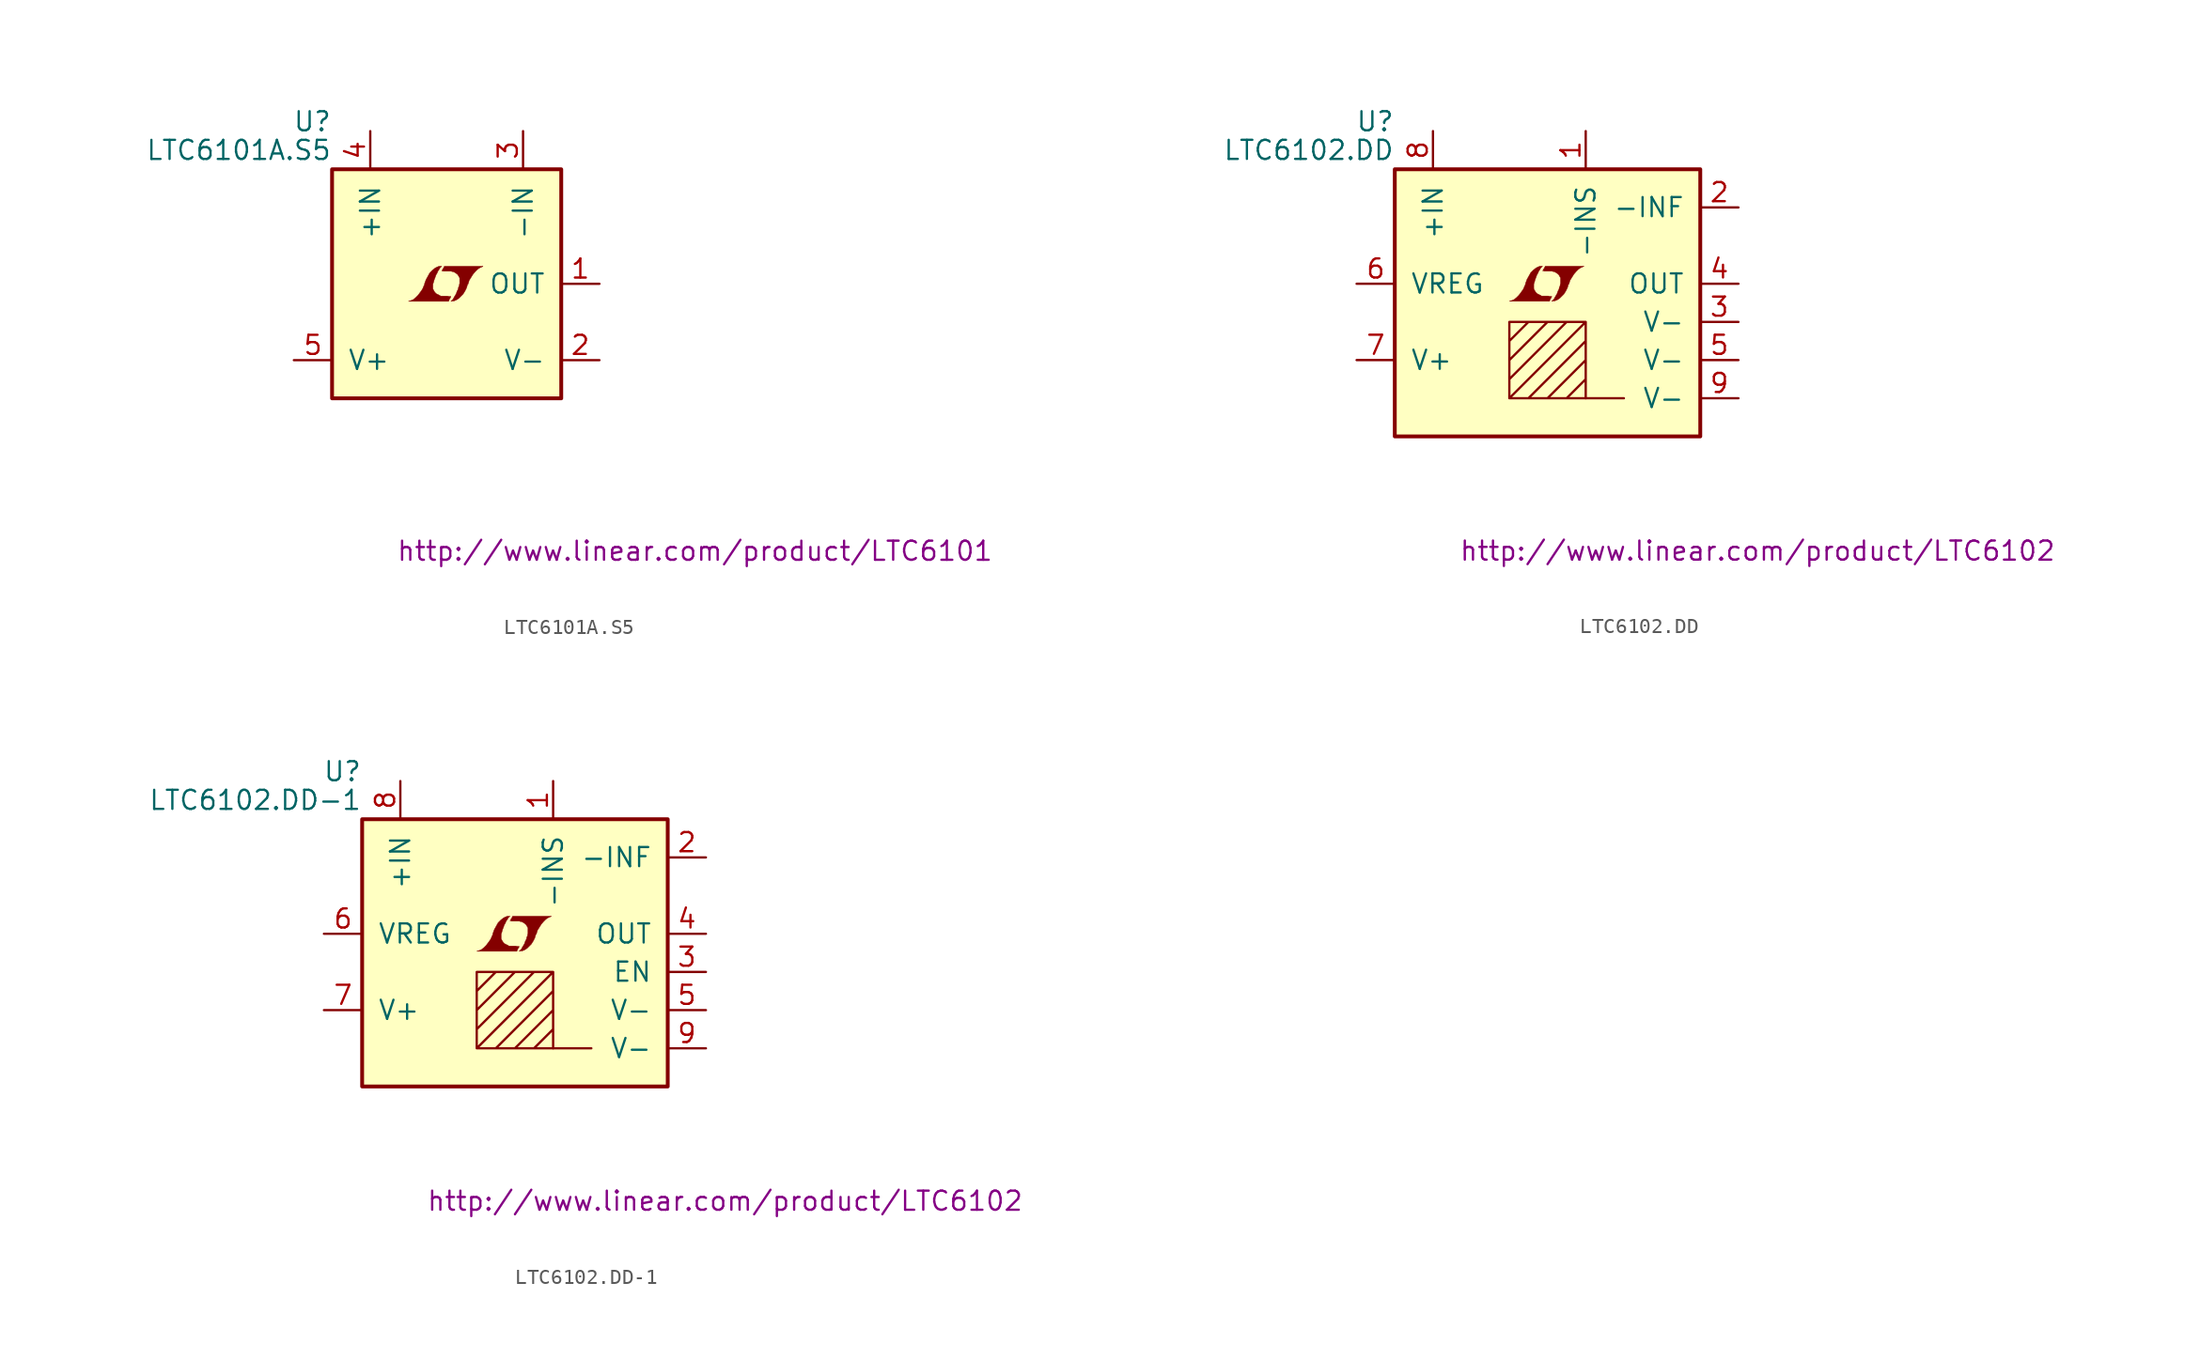
<source format=kicad_sym>
(kicad_symbol_lib
  (version 20201005)
  (generator kicad_symbol_editor)
  (symbol "LTC6101A.S5"
    (pin_names
      (offset 1.016))
    (property "Reference" "U"
      (at -7.62 10.795 0)
      (effects (font (size 1.27 1.27)) (justify right)))
    (property "Value" "LTC6101A.S5"
      (at -7.62 8.89 0)
      (effects (font (size 1.27 1.27)) (justify right)))
    (property "Datasheet" "http://www.linear.com/product/LTC6101"
      (at 16.51 -17.78 0)
      (effects (font (size 1.27 1.27))))
    (symbol "LTC6101A.S5_0_0"
      (polyline (pts (xy 0.203 -0.991) (xy 0.229 -0.965) (xy 0.279 -0.864) (xy 0.279 -0.838) (xy 0.152 -0.838) (xy 0.051 -0.813) (xy -0.406 -0.813) (xy -0.432 -0.787) (xy -0.686 -0.66) (xy -0.787 -0.559) (xy -0.864 -0.432) (xy -0.914 -0.33) (xy -0.914 -0.025) (xy -0.864 0.127) (xy -0.838 0.229) (xy -0.813 0.305) (xy -0.762 0.432) (xy -0.711 0.584) (xy -0.635 0.711) (xy -0.584 0.838) (xy -0.508 0.94) (xy -0.457 1.041) (xy -0.33 1.168) (xy -0.508 1.168) (xy -0.635 1.118) (xy -0.737 1.067) (xy -0.813 1.016) (xy -0.94 0.914) (xy -1.118 0.737) (xy -1.372 0.279) (xy -1.473 0) (xy -1.473 -0.051) (xy -1.524 -0.152) (xy -1.575 -0.279) (xy -1.626 -0.381) (xy -1.753 -0.559) (xy -1.905 -0.762) (xy -2.057 -0.914) (xy -2.21 -1.041) (xy -2.388 -1.118) (xy -2.54 -1.168) (xy 0.127 -1.168) (xy 0.203 -0.991)) (stroke (width 0.025)) (fill (type outline)))
      (polyline (pts (xy 0.406 -1.143) (xy 0.483 -1.143) (xy 0.66 -1.067) (xy 0.813 -0.965) (xy 1.092 -0.686) (xy 1.219 -0.483) (xy 1.321 -0.279) (xy 1.397 -0.025) (xy 1.422 -0.025) (xy 1.499 0.229) (xy 1.753 0.635) (xy 1.905 0.813) (xy 2.057 0.965) (xy 2.21 1.067) (xy 2.388 1.143) (xy 2.413 1.143) (xy 2.413 1.168) (xy -0.152 1.168) (xy -0.229 1.016) (xy -0.254 0.991) (xy -0.305 0.889) (xy -0.33 0.864) (xy -0.279 0.864) (xy -0.229 0.838) (xy 0.305 0.838) (xy 0.356 0.813) (xy 0.406 0.813) (xy 0.483 0.787) (xy 0.61 0.711) (xy 0.737 0.61) (xy 0.813 0.483) (xy 0.838 0.432) (xy 0.864 0.406) (xy 0.864 0) (xy 0.838 -0.051) (xy 0.838 -0.127) (xy 0.787 -0.229) (xy 0.762 -0.356) (xy 0.686 -0.508) (xy 0.635 -0.66) (xy 0.483 -0.914) (xy 0.432 -1.016) (xy 0.279 -1.168) (xy 0.406 -1.143)) (stroke (width 0.025)) (fill (type outline))))
    (symbol "LTC6101A.S5_0_1"
      (rectangle (start -7.62 7.62) (end 7.62 -7.62) (stroke (width 0.254)) (fill (type background))))
    (symbol "LTC6101A.S5_1_1"
      (pin output line (at 10.16 0 180) (length 2.54) (name "OUT" (effects (font (size 1.27 1.27)))) (number "1" (effects (font (size 1.27 1.27)))))
      (pin power_in line (at 10.16 -5.08 180) (length 2.54) (name "V-" (effects (font (size 1.27 1.27)))) (number "2" (effects (font (size 1.27 1.27)))))
      (pin input line (at 5.08 10.16 270) (length 2.54) (name "-IN" (effects (font (size 1.27 1.27)))) (number "3" (effects (font (size 1.27 1.27)))))
      (pin input line (at -5.08 10.16 270) (length 2.54) (name "+IN" (effects (font (size 1.27 1.27)))) (number "4" (effects (font (size 1.27 1.27)))))
      (pin power_in line (at -10.16 -5.08 0) (length 2.54) (name "V+" (effects (font (size 1.27 1.27)))) (number "5" (effects (font (size 1.27 1.27)))))))
  (symbol "LTC6102.DD"
    (pin_names
      (offset 1.016))
    (property "Reference" "U"
      (at -10.16 10.795 0)
      (effects (font (size 1.27 1.27)) (justify right)))
    (property "Value" "LTC6102.DD"
      (at -10.16 8.89 0)
      (effects (font (size 1.27 1.27)) (justify right)))
    (property "Datasheet" "http://www.linear.com/product/LTC6102"
      (at 13.97 -17.78 0)
      (effects (font (size 1.27 1.27))))
    (symbol "LTC6102.DD_0_0"
      (polyline (pts (xy 0.203 -0.991) (xy 0.229 -0.965) (xy 0.279 -0.864) (xy 0.279 -0.838) (xy 0.152 -0.838) (xy 0.051 -0.813) (xy -0.406 -0.813) (xy -0.432 -0.787) (xy -0.686 -0.66) (xy -0.787 -0.559) (xy -0.864 -0.432) (xy -0.914 -0.33) (xy -0.914 -0.025) (xy -0.864 0.127) (xy -0.838 0.229) (xy -0.813 0.305) (xy -0.762 0.432) (xy -0.711 0.584) (xy -0.635 0.711) (xy -0.584 0.838) (xy -0.508 0.94) (xy -0.457 1.041) (xy -0.33 1.168) (xy -0.508 1.168) (xy -0.635 1.118) (xy -0.737 1.067) (xy -0.813 1.016) (xy -0.94 0.914) (xy -1.118 0.737) (xy -1.372 0.279) (xy -1.473 0) (xy -1.473 -0.051) (xy -1.524 -0.152) (xy -1.575 -0.279) (xy -1.626 -0.381) (xy -1.753 -0.559) (xy -1.905 -0.762) (xy -2.057 -0.914) (xy -2.21 -1.041) (xy -2.388 -1.118) (xy -2.54 -1.168) (xy 0.127 -1.168) (xy 0.203 -0.991)) (stroke (width 0.025)) (fill (type outline)))
      (polyline (pts (xy 0.406 -1.143) (xy 0.483 -1.143) (xy 0.66 -1.067) (xy 0.813 -0.965) (xy 1.092 -0.686) (xy 1.219 -0.483) (xy 1.321 -0.279) (xy 1.397 -0.025) (xy 1.422 -0.025) (xy 1.499 0.229) (xy 1.753 0.635) (xy 1.905 0.813) (xy 2.057 0.965) (xy 2.21 1.067) (xy 2.388 1.143) (xy 2.413 1.143) (xy 2.413 1.168) (xy -0.152 1.168) (xy -0.229 1.016) (xy -0.254 0.991) (xy -0.305 0.889) (xy -0.33 0.864) (xy -0.279 0.864) (xy -0.229 0.838) (xy 0.305 0.838) (xy 0.356 0.813) (xy 0.406 0.813) (xy 0.483 0.787) (xy 0.61 0.711) (xy 0.737 0.61) (xy 0.813 0.483) (xy 0.838 0.432) (xy 0.864 0.406) (xy 0.864 0) (xy 0.838 -0.051) (xy 0.838 -0.127) (xy 0.787 -0.229) (xy 0.762 -0.356) (xy 0.686 -0.508) (xy 0.635 -0.66) (xy 0.483 -0.914) (xy 0.432 -1.016) (xy 0.279 -1.168) (xy 0.406 -1.143)) (stroke (width 0.025)) (fill (type outline))))
    (symbol "LTC6102.DD_0_1"
      (rectangle (start -10.16 7.62) (end 10.16 -10.16) (stroke (width 0.254)) (fill (type background)))
      (polyline (pts (xy 2.54 -7.62) (xy 5.08 -7.62)) (stroke (width 0)) (fill (type none)))
      (polyline (pts (xy -2.54 -3.81) (xy -1.27 -2.54) (xy 0 -2.54) (xy -2.54 -5.08) (xy -2.54 -6.35) (xy 1.27 -2.54) (xy 2.54 -2.54) (xy -2.54 -7.62) (xy -1.27 -7.62) (xy 2.54 -3.81) (xy 2.54 -5.08) (xy 0 -7.62) (xy 1.27 -7.62) (xy 2.54 -6.35) (xy 2.54 -7.62) (xy -2.54 -7.62) (xy -2.54 -2.54) (xy 2.54 -2.54) (xy 2.54 -7.62)) (stroke (width 0)) (fill (type none))))
    (symbol "LTC6102.DD_1_1"
      (pin passive line (at 2.54 10.16 270) (length 2.54) (name "-INS" (effects (font (size 1.27 1.27)))) (number "1" (effects (font (size 1.27 1.27)))))
      (pin passive line (at 12.7 5.08 180) (length 2.54) (name "-INF" (effects (font (size 1.27 1.27)))) (number "2" (effects (font (size 1.27 1.27)))))
      (pin power_in line (at 12.7 -2.54 180) (length 2.54) (name "V-" (effects (font (size 1.27 1.27)))) (number "3" (effects (font (size 1.27 1.27)))))
      (pin output line (at 12.7 0 180) (length 2.54) (name "OUT" (effects (font (size 1.27 1.27)))) (number "4" (effects (font (size 1.27 1.27)))))
      (pin power_in line (at 12.7 -5.08 180) (length 2.54) (name "V-" (effects (font (size 1.27 1.27)))) (number "5" (effects (font (size 1.27 1.27)))))
      (pin passive line (at -12.7 0 0) (length 2.54) (name "VREG" (effects (font (size 1.27 1.27)))) (number "6" (effects (font (size 1.27 1.27)))))
      (pin power_in line (at -12.7 -5.08 0) (length 2.54) (name "V+" (effects (font (size 1.27 1.27)))) (number "7" (effects (font (size 1.27 1.27)))))
      (pin passive line (at -7.62 10.16 270) (length 2.54) (name "+IN" (effects (font (size 1.27 1.27)))) (number "8" (effects (font (size 1.27 1.27)))))
      (pin power_in line (at 12.7 -7.62 180) (length 2.54) (name "V-" (effects (font (size 1.27 1.27)))) (number "9" (effects (font (size 1.27 1.27)))))))
  (symbol "LTC6102.DD-1"
    (pin_names
      (offset 1.016))
    (property "Reference" "U"
      (at -10.16 10.795 0)
      (effects (font (size 1.27 1.27)) (justify right)))
    (property "Value" "LTC6102.DD-1"
      (at -10.16 8.89 0)
      (effects (font (size 1.27 1.27)) (justify right)))
    (property "Datasheet" "http://www.linear.com/product/LTC6102"
      (at 13.97 -17.78 0)
      (effects (font (size 1.27 1.27))))
    (symbol "LTC6102.DD-1_0_0"
      (polyline (pts (xy 0.203 -0.991) (xy 0.229 -0.965) (xy 0.279 -0.864) (xy 0.279 -0.838) (xy 0.152 -0.838) (xy 0.051 -0.813) (xy -0.406 -0.813) (xy -0.432 -0.787) (xy -0.686 -0.66) (xy -0.787 -0.559) (xy -0.864 -0.432) (xy -0.914 -0.33) (xy -0.914 -0.025) (xy -0.864 0.127) (xy -0.838 0.229) (xy -0.813 0.305) (xy -0.762 0.432) (xy -0.711 0.584) (xy -0.635 0.711) (xy -0.584 0.838) (xy -0.508 0.94) (xy -0.457 1.041) (xy -0.33 1.168) (xy -0.508 1.168) (xy -0.635 1.118) (xy -0.737 1.067) (xy -0.813 1.016) (xy -0.94 0.914) (xy -1.118 0.737) (xy -1.372 0.279) (xy -1.473 0) (xy -1.473 -0.051) (xy -1.524 -0.152) (xy -1.575 -0.279) (xy -1.626 -0.381) (xy -1.753 -0.559) (xy -1.905 -0.762) (xy -2.057 -0.914) (xy -2.21 -1.041) (xy -2.388 -1.118) (xy -2.54 -1.168) (xy 0.127 -1.168) (xy 0.203 -0.991)) (stroke (width 0.025)) (fill (type outline)))
      (polyline (pts (xy 0.406 -1.143) (xy 0.483 -1.143) (xy 0.66 -1.067) (xy 0.813 -0.965) (xy 1.092 -0.686) (xy 1.219 -0.483) (xy 1.321 -0.279) (xy 1.397 -0.025) (xy 1.422 -0.025) (xy 1.499 0.229) (xy 1.753 0.635) (xy 1.905 0.813) (xy 2.057 0.965) (xy 2.21 1.067) (xy 2.388 1.143) (xy 2.413 1.143) (xy 2.413 1.168) (xy -0.152 1.168) (xy -0.229 1.016) (xy -0.254 0.991) (xy -0.305 0.889) (xy -0.33 0.864) (xy -0.279 0.864) (xy -0.229 0.838) (xy 0.305 0.838) (xy 0.356 0.813) (xy 0.406 0.813) (xy 0.483 0.787) (xy 0.61 0.711) (xy 0.737 0.61) (xy 0.813 0.483) (xy 0.838 0.432) (xy 0.864 0.406) (xy 0.864 0) (xy 0.838 -0.051) (xy 0.838 -0.127) (xy 0.787 -0.229) (xy 0.762 -0.356) (xy 0.686 -0.508) (xy 0.635 -0.66) (xy 0.483 -0.914) (xy 0.432 -1.016) (xy 0.279 -1.168) (xy 0.406 -1.143)) (stroke (width 0.025)) (fill (type outline))))
    (symbol "LTC6102.DD-1_0_1"
      (rectangle (start -10.16 7.62) (end 10.16 -10.16) (stroke (width 0.254)) (fill (type background)))
      (polyline (pts (xy 2.54 -7.62) (xy 5.08 -7.62)) (stroke (width 0)) (fill (type none)))
      (polyline (pts (xy -2.54 -3.81) (xy -1.27 -2.54) (xy 0 -2.54) (xy -2.54 -5.08) (xy -2.54 -6.35) (xy 1.27 -2.54) (xy 2.54 -2.54) (xy -2.54 -7.62) (xy -1.27 -7.62) (xy 2.54 -3.81) (xy 2.54 -5.08) (xy 0 -7.62) (xy 1.27 -7.62) (xy 2.54 -6.35) (xy 2.54 -7.62) (xy -2.54 -7.62) (xy -2.54 -2.54) (xy 2.54 -2.54) (xy 2.54 -7.62)) (stroke (width 0)) (fill (type none))))
    (symbol "LTC6102.DD-1_1_1"
      (pin passive line (at 2.54 10.16 270) (length 2.54) (name "-INS" (effects (font (size 1.27 1.27)))) (number "1" (effects (font (size 1.27 1.27)))))
      (pin passive line (at 12.7 5.08 180) (length 2.54) (name "-INF" (effects (font (size 1.27 1.27)))) (number "2" (effects (font (size 1.27 1.27)))))
      (pin input line (at 12.7 -2.54 180) (length 2.54) (name "EN" (effects (font (size 1.27 1.27)))) (number "3" (effects (font (size 1.27 1.27)))))
      (pin output line (at 12.7 0 180) (length 2.54) (name "OUT" (effects (font (size 1.27 1.27)))) (number "4" (effects (font (size 1.27 1.27)))))
      (pin power_in line (at 12.7 -5.08 180) (length 2.54) (name "V-" (effects (font (size 1.27 1.27)))) (number "5" (effects (font (size 1.27 1.27)))))
      (pin passive line (at -12.7 0 0) (length 2.54) (name "VREG" (effects (font (size 1.27 1.27)))) (number "6" (effects (font (size 1.27 1.27)))))
      (pin power_in line (at -12.7 -5.08 0) (length 2.54) (name "V+" (effects (font (size 1.27 1.27)))) (number "7" (effects (font (size 1.27 1.27)))))
      (pin passive line (at -7.62 10.16 270) (length 2.54) (name "+IN" (effects (font (size 1.27 1.27)))) (number "8" (effects (font (size 1.27 1.27)))))
      (pin power_in line (at 12.7 -7.62 180) (length 2.54) (name "V-" (effects (font (size 1.27 1.27)))) (number "9" (effects (font (size 1.27 1.27))))))))
</source>
